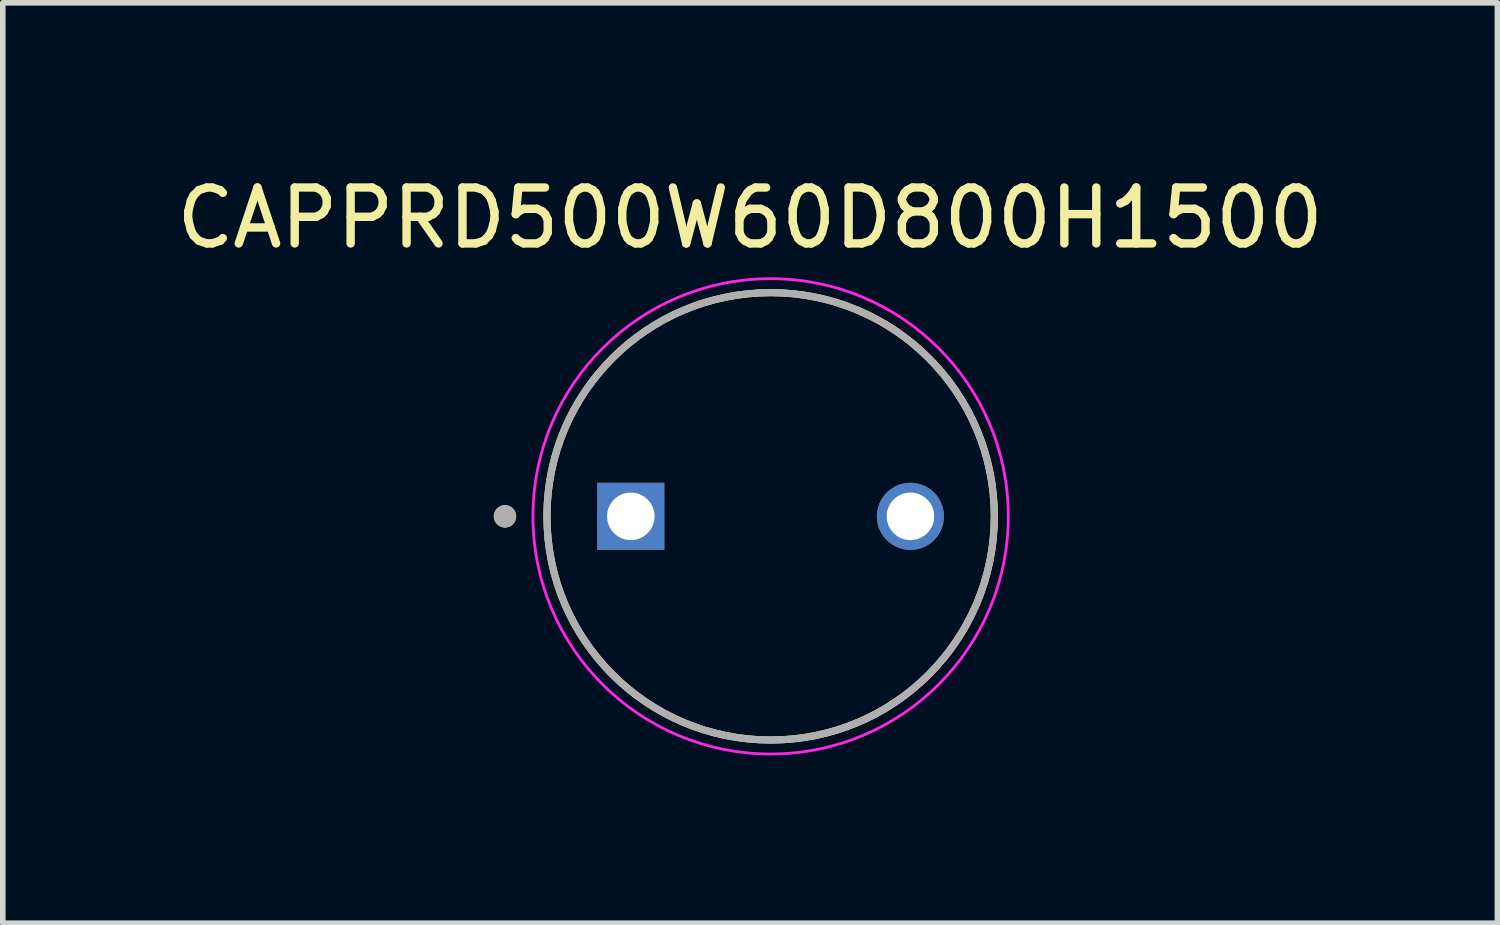
<source format=kicad_pcb>
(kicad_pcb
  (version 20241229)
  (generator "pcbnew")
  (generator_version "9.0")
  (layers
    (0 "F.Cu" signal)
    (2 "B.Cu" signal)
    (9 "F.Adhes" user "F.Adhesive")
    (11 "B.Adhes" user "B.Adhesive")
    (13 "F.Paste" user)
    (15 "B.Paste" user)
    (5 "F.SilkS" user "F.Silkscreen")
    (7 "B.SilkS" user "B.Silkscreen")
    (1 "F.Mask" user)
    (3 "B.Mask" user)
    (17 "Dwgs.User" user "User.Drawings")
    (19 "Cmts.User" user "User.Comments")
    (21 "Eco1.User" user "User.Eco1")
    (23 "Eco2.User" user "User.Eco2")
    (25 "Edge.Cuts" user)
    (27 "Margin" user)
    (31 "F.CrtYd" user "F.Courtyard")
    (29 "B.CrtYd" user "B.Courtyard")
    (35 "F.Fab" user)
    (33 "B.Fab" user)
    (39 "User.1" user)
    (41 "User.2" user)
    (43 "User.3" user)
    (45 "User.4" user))
  (footprint "CAPPRD500W60D800H1500"
    (layer "F.Cu")
    (at 10.73 6.183)
    (property "Reference" "CAPPRD500W60D800H1500" (at -0.367 -5.335 0) (layer "F.SilkS") (effects (font (size 1 1) (thickness 0.15))))
    (attr through_hole)
    (fp_circle (center -4.75 0) (end -4.65 0) (stroke (width 0.2) (type solid)) (fill no) (layer "F.SilkS"))
    (fp_circle (center 0 0) (end 4 0) (stroke (width 0.127) (type solid)) (fill no) (layer "F.SilkS"))
    (fp_circle (center 0 0) (end 4.25 0) (stroke (width 0.05) (type solid)) (fill no) (layer "F.CrtYd"))
    (fp_circle (center -4.75 0) (end -4.65 0) (stroke (width 0.2) (type solid)) (fill no) (layer "F.Fab"))
    (fp_circle (center 0 0) (end 4 0) (stroke (width 0.127) (type solid)) (fill no) (layer "F.Fab"))
    (pad "N" thru_hole circle (at 2.5 0) (size 1.2 1.2) (drill 0.85) (layers "*.Cu" "*.Mask"))
    (pad "P" thru_hole rect (at -2.5 0) (size 1.2 1.2) (drill 0.85) (layers "*.Cu" "*.Mask")))
  (gr_rect
    (start -3 -3)
    (end 23.726 13.458)
    (stroke (width 0.1) (type default))
    (fill no)
    (layer "Edge.Cuts")))
</source>
